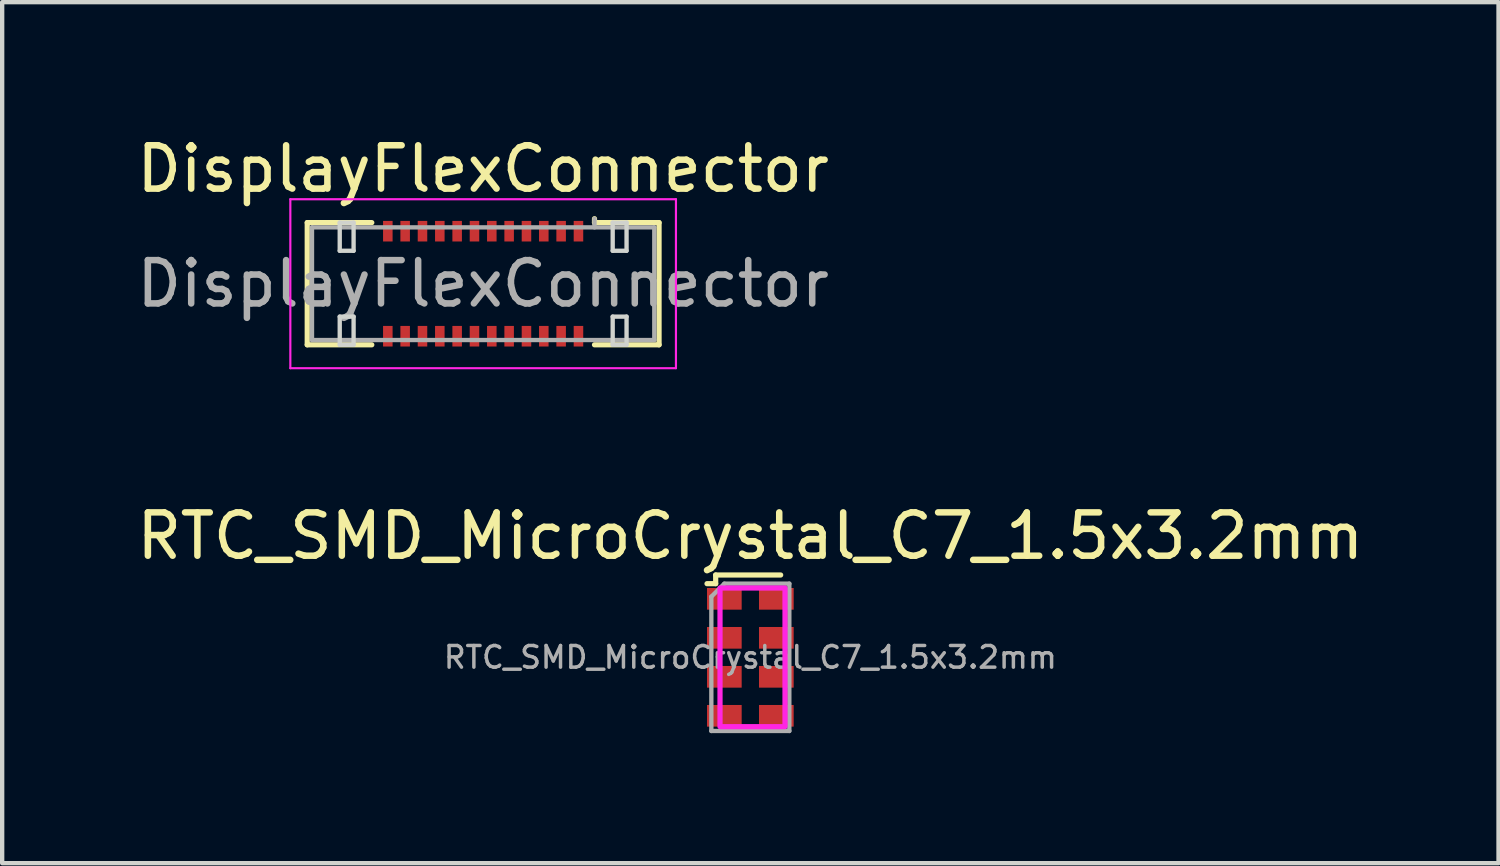
<source format=kicad_pcb>
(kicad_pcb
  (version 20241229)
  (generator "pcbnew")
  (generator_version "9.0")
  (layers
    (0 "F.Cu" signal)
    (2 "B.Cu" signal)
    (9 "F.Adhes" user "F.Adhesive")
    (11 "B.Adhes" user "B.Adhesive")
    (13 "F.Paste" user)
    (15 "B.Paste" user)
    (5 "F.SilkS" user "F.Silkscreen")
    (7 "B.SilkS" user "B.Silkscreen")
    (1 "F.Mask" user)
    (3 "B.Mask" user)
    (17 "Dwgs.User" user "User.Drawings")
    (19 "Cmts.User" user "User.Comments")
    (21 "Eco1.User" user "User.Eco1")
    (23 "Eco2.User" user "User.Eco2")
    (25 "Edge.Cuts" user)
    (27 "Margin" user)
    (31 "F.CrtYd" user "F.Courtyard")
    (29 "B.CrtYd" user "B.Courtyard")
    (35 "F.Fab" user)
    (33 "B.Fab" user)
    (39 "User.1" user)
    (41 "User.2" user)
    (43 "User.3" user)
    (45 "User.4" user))
  (footprint "RTC_SMD_MicroCrystal_C7_1.5x3.2mm"
    (layer "F.Cu")
    (at 14.268 12.121)
    (property "Reference" "RTC_SMD_MicroCrystal_C7_1.5x3.2mm" (at 0 -2.8 0) (layer "F.SilkS") (effects (font (size 1 1) (thickness 0.15))))
    (attr smd)
    (fp_line (start -0.8 -1.9) (end -0.8 -1.7) (stroke (width 0.12) (type solid)) (layer "F.SilkS"))
    (fp_line (start -0.8 -1.9) (end 0.7 -1.9) (stroke (width 0.12) (type solid)) (layer "F.SilkS"))
    (fp_line (start -0.8 -1.7) (end -1 -1.7) (stroke (width 0.12) (type solid)) (layer "F.SilkS"))
    (fp_rect (start -0.7 1.6) (end 0.8 -1.6) (stroke (width 0.12) (type solid)) (fill no) (layer "F.CrtYd"))
    (fp_line (start -0.9 -1.4) (end -0.6 -1.7) (stroke (width 0.1) (type solid)) (layer "F.Fab"))
    (fp_line (start -0.9 1.7) (end -0.9 -1.4) (stroke (width 0.1) (type solid)) (layer "F.Fab"))
    (fp_line (start -0.6 -1.7) (end 0.9 -1.7) (stroke (width 0.1) (type solid)) (layer "F.Fab"))
    (fp_line (start 0.9 -1.7) (end 0.9 1.7) (stroke (width 0.1) (type solid)) (layer "F.Fab"))
    (fp_line (start 0.9 1.7) (end -0.9 1.7) (stroke (width 0.1) (type solid)) (layer "F.Fab"))
    (fp_text user "${REFERENCE}" (at 0 0 0) (layer "F.Fab") (effects (font (size 0.5 0.5) (thickness 0.08))))
    (pad "1" smd rect (at -0.6 -1.35 270) (size 0.5 0.8) (layers "F.Cu" "F.Mask" "F.Paste"))
    (pad "2" smd rect (at -0.6 -0.45 270) (size 0.5 0.8) (layers "F.Cu" "F.Mask" "F.Paste"))
    (pad "3" smd rect (at -0.6 0.45 270) (size 0.5 0.8) (layers "F.Cu" "F.Mask" "F.Paste"))
    (pad "4" smd rect (at -0.6 1.35 270) (size 0.5 0.8) (layers "F.Cu" "F.Mask" "F.Paste"))
    (pad "5" smd rect (at 0.6 1.35 270) (size 0.5 0.8) (layers "F.Cu" "F.Mask" "F.Paste"))
    (pad "6" smd rect (at 0.6 0.45 270) (size 0.5 0.8) (layers "F.Cu" "F.Mask" "F.Paste"))
    (pad "7" smd rect (at 0.6 -0.45 270) (size 0.5 0.8) (layers "F.Cu" "F.Mask" "F.Paste"))
    (pad "8" smd rect (at 0.6 -1.35 270) (size 0.5 0.8) (layers "F.Cu" "F.Mask" "F.Paste")))
  (footprint "DisplayFlexConnector"
    (layer "F.Cu")
    (at 8.101 3.498)
    (property "Reference" "DisplayFlexConnector" (at 0 -2.65 0) (layer "F.SilkS") (effects (font (size 1 1) (thickness 0.15))))
    (attr smd)
    (fp_line (start -4.06 -1.41) (end -2.57 -1.41) (stroke (width 0.12) (type solid)) (layer "F.SilkS"))
    (fp_line (start -4.06 1.41) (end -4.06 -1.41) (stroke (width 0.12) (type solid)) (layer "F.SilkS"))
    (fp_line (start -2.57 1.41) (end -4.06 1.41) (stroke (width 0.12) (type solid)) (layer "F.SilkS"))
    (fp_line (start 2.57 -1.41) (end 2.57 -1.5) (stroke (width 0.12) (type solid)) (layer "F.SilkS"))
    (fp_line (start 2.57 1.41) (end 4.06 1.41) (stroke (width 0.12) (type solid)) (layer "F.SilkS"))
    (fp_line (start 4.06 -1.41) (end 2.57 -1.41) (stroke (width 0.12) (type solid)) (layer "F.SilkS"))
    (fp_line (start 4.06 1.41) (end 4.06 -1.41) (stroke (width 0.12) (type solid)) (layer "F.SilkS"))
    (fp_line (start -3.31 -1.41) (end -3.31 -0.76) (stroke (width 0.1) (type solid)) (layer "Edge.Cuts"))
    (fp_line (start -3.31 -0.76) (end -2.99 -0.76) (stroke (width 0.1) (type solid)) (layer "Edge.Cuts"))
    (fp_line (start -3.31 0.76) (end -3.31 1.41) (stroke (width 0.1) (type solid)) (layer "Edge.Cuts"))
    (fp_line (start -3.31 1.41) (end -2.99 1.41) (stroke (width 0.1) (type solid)) (layer "Edge.Cuts"))
    (fp_line (start -2.99 -1.41) (end -3.31 -1.41) (stroke (width 0.1) (type solid)) (layer "Edge.Cuts"))
    (fp_line (start -2.99 -0.76) (end -2.99 -1.41) (stroke (width 0.1) (type solid)) (layer "Edge.Cuts"))
    (fp_line (start -2.99 0.76) (end -3.31 0.76) (stroke (width 0.1) (type solid)) (layer "Edge.Cuts"))
    (fp_line (start -2.99 1.41) (end -2.99 0.76) (stroke (width 0.1) (type solid)) (layer "Edge.Cuts"))
    (fp_line (start 2.99 -1.41) (end 2.99 -0.76) (stroke (width 0.1) (type solid)) (layer "Edge.Cuts"))
    (fp_line (start 2.99 -0.76) (end 3.31 -0.76) (stroke (width 0.1) (type solid)) (layer "Edge.Cuts"))
    (fp_line (start 2.99 0.76) (end 2.99 1.41) (stroke (width 0.1) (type solid)) (layer "Edge.Cuts"))
    (fp_line (start 2.99 1.41) (end 3.31 1.41) (stroke (width 0.1) (type solid)) (layer "Edge.Cuts"))
    (fp_line (start 3.31 -1.41) (end 2.99 -1.41) (stroke (width 0.1) (type solid)) (layer "Edge.Cuts"))
    (fp_line (start 3.31 -0.76) (end 3.31 -1.41) (stroke (width 0.1) (type solid)) (layer "Edge.Cuts"))
    (fp_line (start 3.31 0.76) (end 2.99 0.76) (stroke (width 0.1) (type solid)) (layer "Edge.Cuts"))
    (fp_line (start 3.31 1.41) (end 3.31 0.76) (stroke (width 0.1) (type solid)) (layer "Edge.Cuts"))
    (fp_line (start -4.45 -1.95) (end -4.45 1.95) (stroke (width 0.05) (type solid)) (layer "F.CrtYd"))
    (fp_line (start -4.45 1.95) (end 4.45 1.95) (stroke (width 0.05) (type solid)) (layer "F.CrtYd"))
    (fp_line (start 4.45 -1.95) (end -4.45 -1.95) (stroke (width 0.05) (type solid)) (layer "F.CrtYd"))
    (fp_line (start 4.45 1.95) (end 4.45 -1.95) (stroke (width 0.05) (type solid)) (layer "F.CrtYd"))
    (fp_line (start -3.95 -1.3) (end -3.95 1.3) (stroke (width 0.1) (type solid)) (layer "F.Fab"))
    (fp_line (start -3.95 1.3) (end 3.95 1.3) (stroke (width 0.1) (type solid)) (layer "F.Fab"))
    (fp_line (start 2.57 -1.3) (end 2.57 -1.5) (stroke (width 0.1) (type solid)) (layer "F.Fab"))
    (fp_line (start 3.95 -1.3) (end -3.95 -1.3) (stroke (width 0.1) (type solid)) (layer "F.Fab"))
    (fp_line (start 3.95 1.3) (end 3.95 -1.3) (stroke (width 0.1) (type solid)) (layer "F.Fab"))
    (fp_text user "${REFERENCE}" (at 0 0 0) (layer "F.Fab") (effects (font (size 1 1) (thickness 0.15))))
    (pad "1" smd rect (at 2.2 -1.212) (size 0.22 0.475) (layers "F.Cu" "F.Mask" "F.Paste"))
    (pad "2" smd rect (at 1.8 -1.212) (size 0.22 0.475) (layers "F.Cu" "F.Mask" "F.Paste"))
    (pad "3" smd rect (at 1.4 -1.212) (size 0.22 0.475) (layers "F.Cu" "F.Mask" "F.Paste"))
    (pad "4" smd rect (at 1 -1.212) (size 0.22 0.475) (layers "F.Cu" "F.Mask" "F.Paste"))
    (pad "5" smd rect (at 0.6 -1.212) (size 0.22 0.475) (layers "F.Cu" "F.Mask" "F.Paste"))
    (pad "6" smd rect (at 0.2 -1.212) (size 0.22 0.475) (layers "F.Cu" "F.Mask" "F.Paste"))
    (pad "7" smd rect (at -0.2 -1.212) (size 0.22 0.475) (layers "F.Cu" "F.Mask" "F.Paste"))
    (pad "8" smd rect (at -0.6 -1.212) (size 0.22 0.475) (layers "F.Cu" "F.Mask" "F.Paste"))
    (pad "9" smd rect (at -1 -1.212) (size 0.22 0.475) (layers "F.Cu" "F.Mask" "F.Paste"))
    (pad "10" smd rect (at -1.4 -1.212) (size 0.22 0.475) (layers "F.Cu" "F.Mask" "F.Paste"))
    (pad "11" smd rect (at -1.8 -1.212) (size 0.22 0.475) (layers "F.Cu" "F.Mask" "F.Paste"))
    (pad "12" smd rect (at -2.2 -1.212) (size 0.22 0.475) (layers "F.Cu" "F.Mask" "F.Paste"))
    (pad "13" smd rect (at -2.2 1.212) (size 0.22 0.475) (layers "F.Cu" "F.Mask" "F.Paste"))
    (pad "14" smd rect (at -1.8 1.212) (size 0.22 0.475) (layers "F.Cu" "F.Mask" "F.Paste"))
    (pad "15" smd rect (at -1.4 1.212) (size 0.22 0.475) (layers "F.Cu" "F.Mask" "F.Paste"))
    (pad "16" smd rect (at -1 1.212) (size 0.22 0.475) (layers "F.Cu" "F.Mask" "F.Paste"))
    (pad "17" smd rect (at -0.6 1.212) (size 0.22 0.475) (layers "F.Cu" "F.Mask" "F.Paste"))
    (pad "18" smd rect (at -0.2 1.212) (size 0.22 0.475) (layers "F.Cu" "F.Mask" "F.Paste"))
    (pad "19" smd rect (at 0.2 1.212) (size 0.22 0.475) (layers "F.Cu" "F.Mask" "F.Paste"))
    (pad "20" smd rect (at 0.6 1.212) (size 0.22 0.475) (layers "F.Cu" "F.Mask" "F.Paste"))
    (pad "21" smd rect (at 1 1.212) (size 0.22 0.475) (layers "F.Cu" "F.Mask" "F.Paste"))
    (pad "22" smd rect (at 1.4 1.212) (size 0.22 0.475) (layers "F.Cu" "F.Mask" "F.Paste"))
    (pad "23" smd rect (at 1.8 1.212) (size 0.22 0.475) (layers "F.Cu" "F.Mask" "F.Paste"))
    (pad "24" smd rect (at 2.2 1.212) (size 0.22 0.475) (layers "F.Cu" "F.Mask" "F.Paste")))
  (gr_rect
    (start -3 -3)
    (end 31.536 16.872)
    (stroke (width 0.1) (type default))
    (fill no)
    (layer "Edge.Cuts")))
</source>
